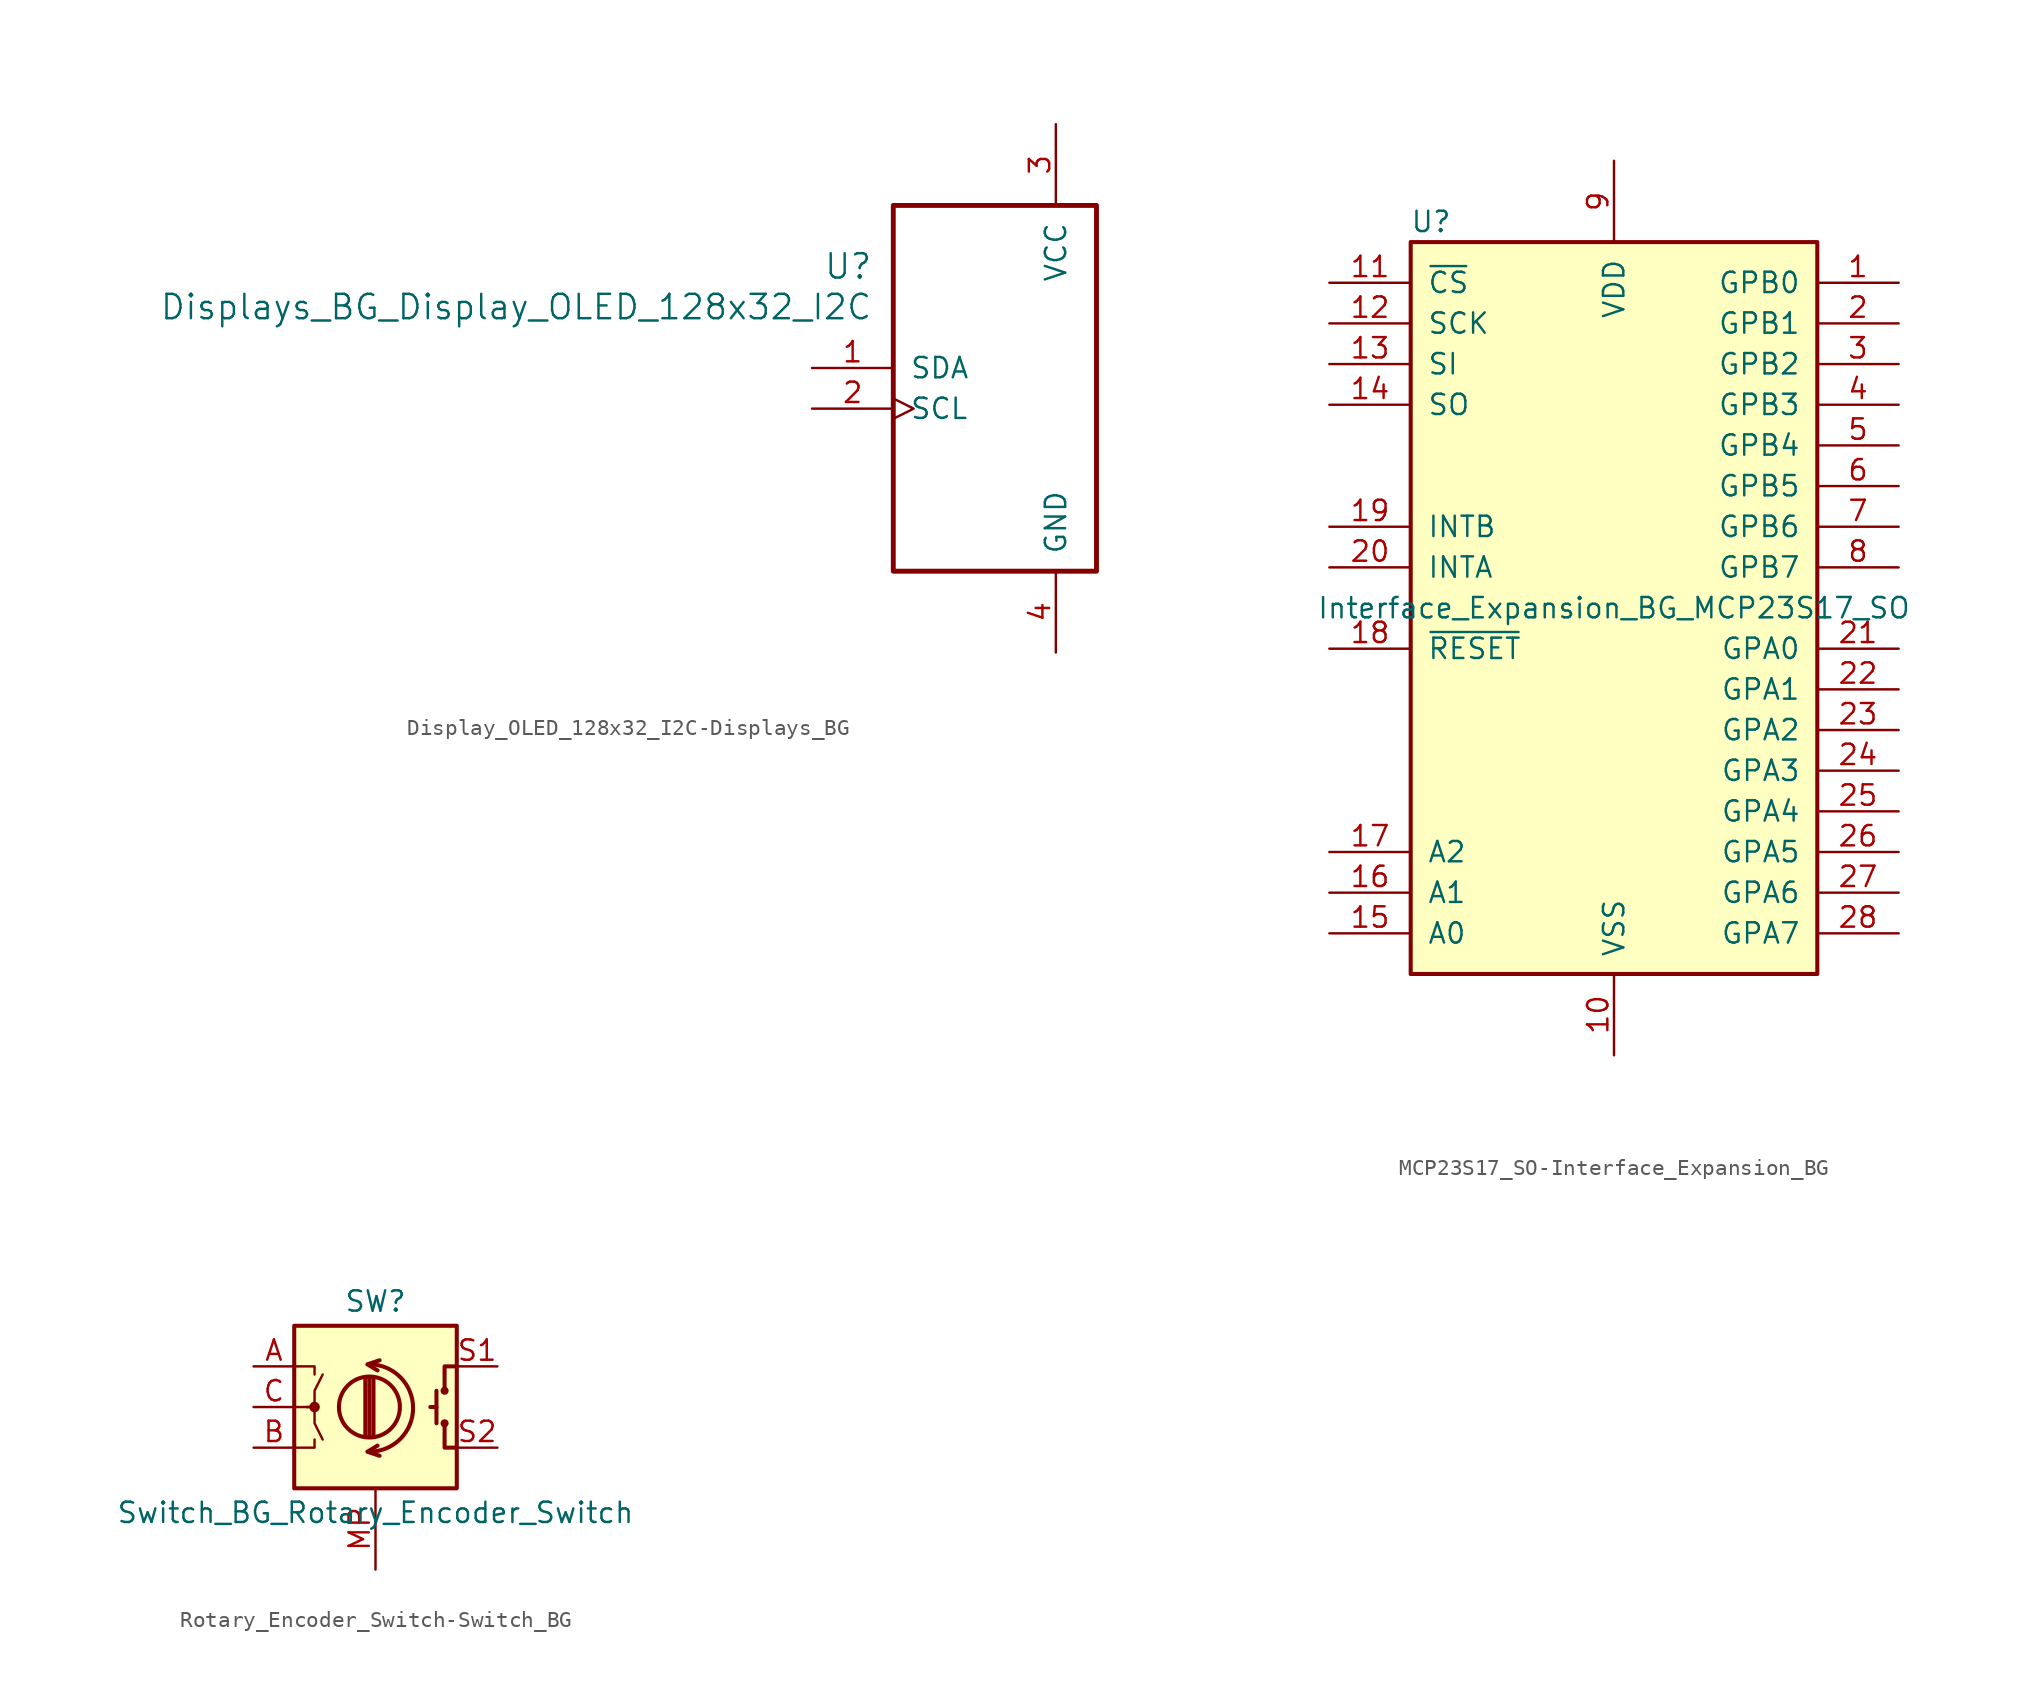
<source format=kicad_sym>
(kicad_symbol_lib
  (version 20231120)
  (generator "kicad_symbol_editor")
  (generator_version "8.0")
  (symbol "Display_OLED_128x32_I2C-Displays_BG"
    (pin_names
      (offset 1.016))
    (property "Reference" "U"
      (at 3.81 6.35 0)
      (effects (font (size 1.524 1.524)) (justify right)))
    (property "Value" "Displays_BG_Display_OLED_128x32_I2C"
      (at 3.81 3.81 0)
      (effects (font (size 1.524 1.524)) (justify right)))
    (property "ki_locked" ""
      (at 0 0 0)
      (effects (font (size 1.27 1.27))))
    (symbol "Display_OLED_128x32_I2C-Displays_BG_1_1"
      (rectangle (start 5.08 10.16) (end 17.78 -12.7) (stroke (width 0.305) (type solid)) (fill (type none)))
      (pin input line (at 0 0 0) (length 5.08) (name "SDA" (effects (font (size 1.27 1.27)))) (number "1" (effects (font (size 1.27 1.27)))))
      (pin input clock (at 0 -2.54 0) (length 5.08) (name "SCL" (effects (font (size 1.27 1.27)))) (number "2" (effects (font (size 1.27 1.27)))))
      (pin power_in line (at 15.24 15.24 270) (length 5.08) (name "VCC" (effects (font (size 1.27 1.27)))) (number "3" (effects (font (size 1.27 1.27)))))
      (pin power_in line (at 15.24 -17.78 90) (length 5.08) (name "GND" (effects (font (size 1.27 1.27)))) (number "4" (effects (font (size 1.27 1.27)))))))
  (symbol "MCP23S17_SO-Interface_Expansion_BG"
    (pin_names
      (offset 1.016))
    (property "Reference" "U"
      (at -11.43 24.13 0)
      (effects (font (size 1.27 1.27))))
    (property "Value" "Interface_Expansion_BG_MCP23S17_SO"
      (at 0 0 0)
      (effects (font (size 1.27 1.27))))
    (symbol "MCP23S17_SO-Interface_Expansion_BG_0_1"
      (rectangle (start -12.7 22.86) (end 12.7 -22.86) (stroke (width 0.254) (type solid)) (fill (type background))))
    (symbol "MCP23S17_SO-Interface_Expansion_BG_1_1"
      (pin bidirectional line (at 17.78 20.32 180) (length 5.08) (name "GPB0" (effects (font (size 1.27 1.27)))) (number "1" (effects (font (size 1.27 1.27)))))
      (pin power_in line (at 0 -27.94 90) (length 5.08) (name "VSS" (effects (font (size 1.27 1.27)))) (number "10" (effects (font (size 1.27 1.27)))))
      (pin input line (at -17.78 20.32 0) (length 5.08) (name "~{CS}" (effects (font (size 1.27 1.27)))) (number "11" (effects (font (size 1.27 1.27)))))
      (pin input line (at -17.78 17.78 0) (length 5.08) (name "SCK" (effects (font (size 1.27 1.27)))) (number "12" (effects (font (size 1.27 1.27)))))
      (pin input line (at -17.78 15.24 0) (length 5.08) (name "SI" (effects (font (size 1.27 1.27)))) (number "13" (effects (font (size 1.27 1.27)))))
      (pin bidirectional line (at -17.78 12.7 0) (length 5.08) (name "SO" (effects (font (size 1.27 1.27)))) (number "14" (effects (font (size 1.27 1.27)))))
      (pin input line (at -17.78 -20.32 0) (length 5.08) (name "A0" (effects (font (size 1.27 1.27)))) (number "15" (effects (font (size 1.27 1.27)))))
      (pin input line (at -17.78 -17.78 0) (length 5.08) (name "A1" (effects (font (size 1.27 1.27)))) (number "16" (effects (font (size 1.27 1.27)))))
      (pin input line (at -17.78 -15.24 0) (length 5.08) (name "A2" (effects (font (size 1.27 1.27)))) (number "17" (effects (font (size 1.27 1.27)))))
      (pin input line (at -17.78 -2.54 0) (length 5.08) (name "~{RESET}" (effects (font (size 1.27 1.27)))) (number "18" (effects (font (size 1.27 1.27)))))
      (pin tri_state line (at -17.78 5.08 0) (length 5.08) (name "INTB" (effects (font (size 1.27 1.27)))) (number "19" (effects (font (size 1.27 1.27)))))
      (pin bidirectional line (at 17.78 17.78 180) (length 5.08) (name "GPB1" (effects (font (size 1.27 1.27)))) (number "2" (effects (font (size 1.27 1.27)))))
      (pin tri_state line (at -17.78 2.54 0) (length 5.08) (name "INTA" (effects (font (size 1.27 1.27)))) (number "20" (effects (font (size 1.27 1.27)))))
      (pin bidirectional line (at 17.78 -2.54 180) (length 5.08) (name "GPA0" (effects (font (size 1.27 1.27)))) (number "21" (effects (font (size 1.27 1.27)))))
      (pin bidirectional line (at 17.78 -5.08 180) (length 5.08) (name "GPA1" (effects (font (size 1.27 1.27)))) (number "22" (effects (font (size 1.27 1.27)))))
      (pin bidirectional line (at 17.78 -7.62 180) (length 5.08) (name "GPA2" (effects (font (size 1.27 1.27)))) (number "23" (effects (font (size 1.27 1.27)))))
      (pin bidirectional line (at 17.78 -10.16 180) (length 5.08) (name "GPA3" (effects (font (size 1.27 1.27)))) (number "24" (effects (font (size 1.27 1.27)))))
      (pin bidirectional line (at 17.78 -12.7 180) (length 5.08) (name "GPA4" (effects (font (size 1.27 1.27)))) (number "25" (effects (font (size 1.27 1.27)))))
      (pin bidirectional line (at 17.78 -15.24 180) (length 5.08) (name "GPA5" (effects (font (size 1.27 1.27)))) (number "26" (effects (font (size 1.27 1.27)))))
      (pin bidirectional line (at 17.78 -17.78 180) (length 5.08) (name "GPA6" (effects (font (size 1.27 1.27)))) (number "27" (effects (font (size 1.27 1.27)))))
      (pin bidirectional line (at 17.78 -20.32 180) (length 5.08) (name "GPA7" (effects (font (size 1.27 1.27)))) (number "28" (effects (font (size 1.27 1.27)))))
      (pin bidirectional line (at 17.78 15.24 180) (length 5.08) (name "GPB2" (effects (font (size 1.27 1.27)))) (number "3" (effects (font (size 1.27 1.27)))))
      (pin bidirectional line (at 17.78 12.7 180) (length 5.08) (name "GPB3" (effects (font (size 1.27 1.27)))) (number "4" (effects (font (size 1.27 1.27)))))
      (pin bidirectional line (at 17.78 10.16 180) (length 5.08) (name "GPB4" (effects (font (size 1.27 1.27)))) (number "5" (effects (font (size 1.27 1.27)))))
      (pin bidirectional line (at 17.78 7.62 180) (length 5.08) (name "GPB5" (effects (font (size 1.27 1.27)))) (number "6" (effects (font (size 1.27 1.27)))))
      (pin bidirectional line (at 17.78 5.08 180) (length 5.08) (name "GPB6" (effects (font (size 1.27 1.27)))) (number "7" (effects (font (size 1.27 1.27)))))
      (pin bidirectional line (at 17.78 2.54 180) (length 5.08) (name "GPB7" (effects (font (size 1.27 1.27)))) (number "8" (effects (font (size 1.27 1.27)))))
      (pin power_in line (at 0 27.94 270) (length 5.08) (name "VDD" (effects (font (size 1.27 1.27)))) (number "9" (effects (font (size 1.27 1.27)))))))
  (symbol "Rotary_Encoder_Switch-Switch_BG"
    (pin_names
      (offset 0.254) hide)
    (property "Reference" "SW"
      (at 0 6.604 0)
      (effects (font (size 1.27 1.27))))
    (property "Value" "Switch_BG_Rotary_Encoder_Switch"
      (at 0 -6.604 0)
      (effects (font (size 1.27 1.27))))
    (symbol "Rotary_Encoder_Switch-Switch_BG_0_1"
      (rectangle (start -5.08 5.08) (end 5.08 -5.08) (stroke (width 0.254) (type solid)) (fill (type background)))
      (circle (center -3.81 0) (radius 0.254) (stroke (width 0) (type solid)) (fill (type outline)))
      (arc (start -0.381 -2.794) (mid 2.3622 -0.0508) (end -0.381 2.667) (stroke (width 0.254) (type solid)) (fill (type none)))
      (circle (center -0.381 0) (radius 1.905) (stroke (width 0.254) (type solid)) (fill (type none)))
      (polyline (pts (xy -0.635 -1.778) (xy -0.635 1.778)) (stroke (width 0.254) (type solid)) (fill (type none)))
      (polyline (pts (xy -0.381 -1.778) (xy -0.381 1.778)) (stroke (width 0.254) (type solid)) (fill (type none)))
      (polyline (pts (xy -0.127 1.778) (xy -0.127 -1.778)) (stroke (width 0.254) (type solid)) (fill (type none)))
      (polyline (pts (xy 3.81 0) (xy 3.429 0)) (stroke (width 0.254) (type solid)) (fill (type none)))
      (polyline (pts (xy 3.81 1.016) (xy 3.81 -1.016)) (stroke (width 0.254) (type solid)) (fill (type none)))
      (polyline (pts (xy -5.08 -2.54) (xy -3.81 -2.54) (xy -3.81 -2.032)) (stroke (width 0) (type solid)) (fill (type none)))
      (polyline (pts (xy -5.08 2.54) (xy -3.81 2.54) (xy -3.81 2.032)) (stroke (width 0) (type solid)) (fill (type none)))
      (polyline (pts (xy 0.254 -3.048) (xy -0.508 -2.794) (xy 0.127 -2.413)) (stroke (width 0.254) (type solid)) (fill (type none)))
      (polyline (pts (xy 0.254 2.921) (xy -0.508 2.667) (xy 0.127 2.286)) (stroke (width 0.254) (type solid)) (fill (type none)))
      (polyline (pts (xy 5.08 -2.54) (xy 4.318 -2.54) (xy 4.318 -1.016)) (stroke (width 0.254) (type solid)) (fill (type none)))
      (polyline (pts (xy 5.08 2.54) (xy 4.318 2.54) (xy 4.318 1.016)) (stroke (width 0.254) (type solid)) (fill (type none)))
      (polyline (pts (xy -5.08 0) (xy -3.81 0) (xy -3.81 -1.016) (xy -3.302 -2.032)) (stroke (width 0) (type solid)) (fill (type none)))
      (polyline (pts (xy -4.318 0) (xy -3.81 0) (xy -3.81 1.016) (xy -3.302 2.032)) (stroke (width 0) (type solid)) (fill (type none)))
      (circle (center 4.318 -1.016) (radius 0.127) (stroke (width 0.254) (type solid)) (fill (type none)))
      (circle (center 4.318 1.016) (radius 0.127) (stroke (width 0.254) (type solid)) (fill (type none))))
    (symbol "Rotary_Encoder_Switch-Switch_BG_1_1"
      (pin passive line (at -7.62 2.54 0) (length 2.54) (name "A" (effects (font (size 1.27 1.27)))) (number "A" (effects (font (size 1.27 1.27)))))
      (pin passive line (at -7.62 -2.54 0) (length 2.54) (name "B" (effects (font (size 1.27 1.27)))) (number "B" (effects (font (size 1.27 1.27)))))
      (pin passive line (at -7.62 0 0) (length 2.54) (name "C" (effects (font (size 1.27 1.27)))) (number "C" (effects (font (size 1.27 1.27)))))
      (pin passive line (at 0 -10.16 90) (length 5.08) (name "Mounting_Point" (effects (font (size 1.27 1.27)))) (number "MP" (effects (font (size 1.27 1.27)))))
      (pin passive line (at 7.62 2.54 180) (length 2.54) (name "S1" (effects (font (size 1.27 1.27)))) (number "S1" (effects (font (size 1.27 1.27)))))
      (pin passive line (at 7.62 -2.54 180) (length 2.54) (name "S2" (effects (font (size 1.27 1.27)))) (number "S2" (effects (font (size 1.27 1.27))))))))
</source>
